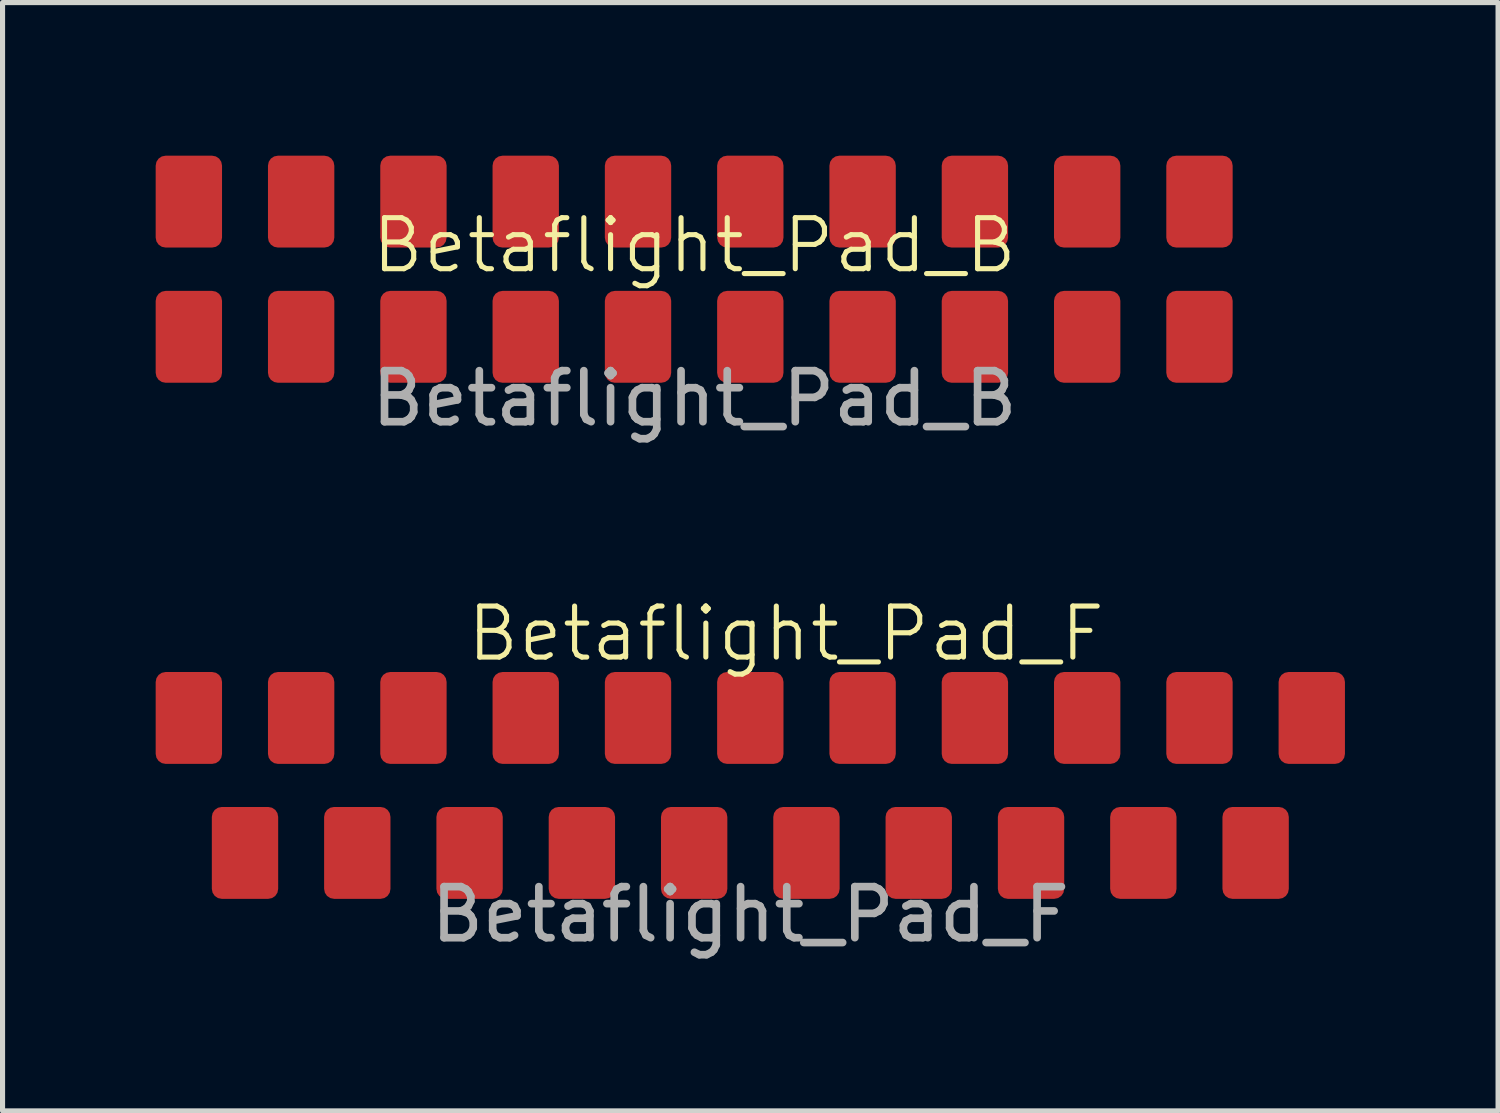
<source format=kicad_pcb>
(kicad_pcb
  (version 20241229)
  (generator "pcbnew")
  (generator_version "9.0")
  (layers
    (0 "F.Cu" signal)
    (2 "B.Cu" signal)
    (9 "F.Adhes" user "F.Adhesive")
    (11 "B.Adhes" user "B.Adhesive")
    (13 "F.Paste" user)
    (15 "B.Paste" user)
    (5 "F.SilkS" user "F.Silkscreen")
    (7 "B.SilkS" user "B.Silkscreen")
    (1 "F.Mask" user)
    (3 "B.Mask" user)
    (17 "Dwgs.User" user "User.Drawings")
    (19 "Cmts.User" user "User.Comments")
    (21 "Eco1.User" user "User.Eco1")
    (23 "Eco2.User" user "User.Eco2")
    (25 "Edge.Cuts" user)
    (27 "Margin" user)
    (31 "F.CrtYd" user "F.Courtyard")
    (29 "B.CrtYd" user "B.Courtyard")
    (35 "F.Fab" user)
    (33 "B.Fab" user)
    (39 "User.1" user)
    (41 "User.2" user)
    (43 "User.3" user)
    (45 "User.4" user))
  (footprint "Betaflight_Pad_B"
    (layer "F.Cu")
    (at 10.555 2.257)
    (property "Reference" "Betaflight_Pad_B" (at 0 -0.5 0) (unlocked yes) (layer "F.SilkS") (effects (font (size 1 1) (thickness 0.1))))
    (attr through_hole)
    (fp_text user "${REFERENCE}" (at 0 2.5 0) (unlocked yes) (layer "F.Fab") (effects (font (size 1 1) (thickness 0.15))))
    (pad "1" smd roundrect (at -9.905 -1.357) (size 1.3 1.8) (layers "F.Cu" "F.Mask" "F.Paste") (roundrect_rratio 0.15))
    (pad "2" smd roundrect (at -7.705 -1.357) (size 1.3 1.8) (layers "F.Cu" "F.Mask" "F.Paste") (roundrect_rratio 0.15))
    (pad "3" smd roundrect (at -5.505 -1.357) (size 1.3 1.8) (layers "F.Cu" "F.Mask" "F.Paste") (roundrect_rratio 0.15))
    (pad "4" smd roundrect (at -3.305 -1.357) (size 1.3 1.8) (layers "F.Cu" "F.Mask" "F.Paste") (roundrect_rratio 0.15))
    (pad "5" smd roundrect (at -1.105 -1.357) (size 1.3 1.8) (layers "F.Cu" "F.Mask" "F.Paste") (roundrect_rratio 0.15))
    (pad "6" smd roundrect (at 1.095 -1.357) (size 1.3 1.8) (layers "F.Cu" "F.Mask" "F.Paste") (roundrect_rratio 0.15))
    (pad "7" smd roundrect (at 3.295 -1.357) (size 1.3 1.8) (layers "F.Cu" "F.Mask" "F.Paste") (roundrect_rratio 0.15))
    (pad "8" smd roundrect (at 5.495 -1.357) (size 1.3 1.8) (layers "F.Cu" "F.Mask" "F.Paste") (roundrect_rratio 0.15))
    (pad "9" smd roundrect (at 7.695 -1.357) (size 1.3 1.8) (layers "F.Cu" "F.Mask" "F.Paste") (roundrect_rratio 0.15))
    (pad "10" smd roundrect (at 9.895 -1.357) (size 1.3 1.8) (layers "F.Cu" "F.Mask" "F.Paste") (roundrect_rratio 0.15))
    (pad "11" smd roundrect (at -9.905 1.292) (size 1.3 1.8) (layers "F.Cu" "F.Mask" "F.Paste") (roundrect_rratio 0.15))
    (pad "12" smd roundrect (at -7.705 1.292) (size 1.3 1.8) (layers "F.Cu" "F.Mask" "F.Paste") (roundrect_rratio 0.15))
    (pad "13" smd roundrect (at -5.505 1.292) (size 1.3 1.8) (layers "F.Cu" "F.Mask" "F.Paste") (roundrect_rratio 0.15))
    (pad "14" smd roundrect (at -3.305 1.292) (size 1.3 1.8) (layers "F.Cu" "F.Mask" "F.Paste") (roundrect_rratio 0.15))
    (pad "15" smd roundrect (at -1.105 1.292) (size 1.3 1.8) (layers "F.Cu" "F.Mask" "F.Paste") (roundrect_rratio 0.15))
    (pad "16" smd roundrect (at 1.095 1.292) (size 1.3 1.8) (layers "F.Cu" "F.Mask" "F.Paste") (roundrect_rratio 0.15))
    (pad "17" smd roundrect (at 3.295 1.292) (size 1.3 1.8) (layers "F.Cu" "F.Mask" "F.Paste") (roundrect_rratio 0.15))
    (pad "18" smd roundrect (at 5.495 1.292) (size 1.3 1.8) (layers "F.Cu" "F.Mask" "F.Paste") (roundrect_rratio 0.15))
    (pad "19" smd roundrect (at 7.695 1.292) (size 1.3 1.8) (layers "F.Cu" "F.Mask" "F.Paste") (roundrect_rratio 0.15))
    (pad "20" smd roundrect (at 9.895 1.292) (size 1.3 1.8) (layers "F.Cu" "F.Mask" "F.Paste") (roundrect_rratio 0.15)))
  (footprint "Betaflight_Pad_F"
    (layer "F.Cu")
    (at 11.65 12.366)
    (property "Reference" "Betaflight_Pad_F" (at 0.7 -3 0) (unlocked yes) (layer "F.SilkS") (effects (font (size 1 1) (thickness 0.1))))
    (attr through_hole)
    (fp_text user "${REFERENCE}" (at 0 2.5 0) (unlocked yes) (layer "F.Fab") (effects (font (size 1 1) (thickness 0.15))))
    (pad "1" smd roundrect (at -11 -1.35) (size 1.3 1.8) (layers "F.Cu" "F.Mask" "F.Paste") (roundrect_rratio 0.15))
    (pad "2" smd roundrect (at -8.8 -1.35) (size 1.3 1.8) (layers "F.Cu" "F.Mask" "F.Paste") (roundrect_rratio 0.15))
    (pad "3" smd roundrect (at -6.6 -1.35) (size 1.3 1.8) (layers "F.Cu" "F.Mask" "F.Paste") (roundrect_rratio 0.15))
    (pad "4" smd roundrect (at -4.4 -1.35) (size 1.3 1.8) (layers "F.Cu" "F.Mask" "F.Paste") (roundrect_rratio 0.15))
    (pad "5" smd roundrect (at -2.2 -1.35) (size 1.3 1.8) (layers "F.Cu" "F.Mask" "F.Paste") (roundrect_rratio 0.15))
    (pad "6" smd roundrect (at 0 -1.35) (size 1.3 1.8) (layers "F.Cu" "F.Mask" "F.Paste") (roundrect_rratio 0.15))
    (pad "7" smd roundrect (at 2.2 -1.35) (size 1.3 1.8) (layers "F.Cu" "F.Mask" "F.Paste") (roundrect_rratio 0.15))
    (pad "8" smd roundrect (at 4.4 -1.35) (size 1.3 1.8) (layers "F.Cu" "F.Mask" "F.Paste") (roundrect_rratio 0.15))
    (pad "9" smd roundrect (at 6.6 -1.35) (size 1.3 1.8) (layers "F.Cu" "F.Mask" "F.Paste") (roundrect_rratio 0.15))
    (pad "10" smd roundrect (at 8.8 -1.35) (size 1.3 1.8) (layers "F.Cu" "F.Mask" "F.Paste") (roundrect_rratio 0.15))
    (pad "11" smd roundrect (at 11 -1.35) (size 1.3 1.8) (layers "F.Cu" "F.Mask" "F.Paste") (roundrect_rratio 0.15))
    (pad "12" smd roundrect (at -9.9 1.294) (size 1.3 1.8) (layers "F.Cu" "F.Mask" "F.Paste") (roundrect_rratio 0.15))
    (pad "13" smd roundrect (at -7.7 1.294) (size 1.3 1.8) (layers "F.Cu" "F.Mask" "F.Paste") (roundrect_rratio 0.15))
    (pad "14" smd roundrect (at -5.5 1.294) (size 1.3 1.8) (layers "F.Cu" "F.Mask" "F.Paste") (roundrect_rratio 0.15))
    (pad "15" smd roundrect (at -3.3 1.294) (size 1.3 1.8) (layers "F.Cu" "F.Mask" "F.Paste") (roundrect_rratio 0.15))
    (pad "16" smd roundrect (at -1.1 1.294) (size 1.3 1.8) (layers "F.Cu" "F.Mask" "F.Paste") (roundrect_rratio 0.15))
    (pad "17" smd roundrect (at 1.1 1.294) (size 1.3 1.8) (layers "F.Cu" "F.Mask" "F.Paste") (roundrect_rratio 0.15))
    (pad "18" smd roundrect (at 3.3 1.294) (size 1.3 1.8) (layers "F.Cu" "F.Mask" "F.Paste") (roundrect_rratio 0.15))
    (pad "19" smd roundrect (at 5.5 1.294) (size 1.3 1.8) (layers "F.Cu" "F.Mask" "F.Paste") (roundrect_rratio 0.15))
    (pad "20" smd roundrect (at 7.7 1.294) (size 1.3 1.8) (layers "F.Cu" "F.Mask" "F.Paste") (roundrect_rratio 0.15))
    (pad "21" smd roundrect (at 9.9 1.294) (size 1.3 1.8) (layers "F.Cu" "F.Mask" "F.Paste") (roundrect_rratio 0.15)))
  (gr_rect
    (start -3 -3)
    (end 26.3 18.714)
    (stroke (width 0.1) (type default))
    (fill no)
    (layer "Edge.Cuts")))
</source>
